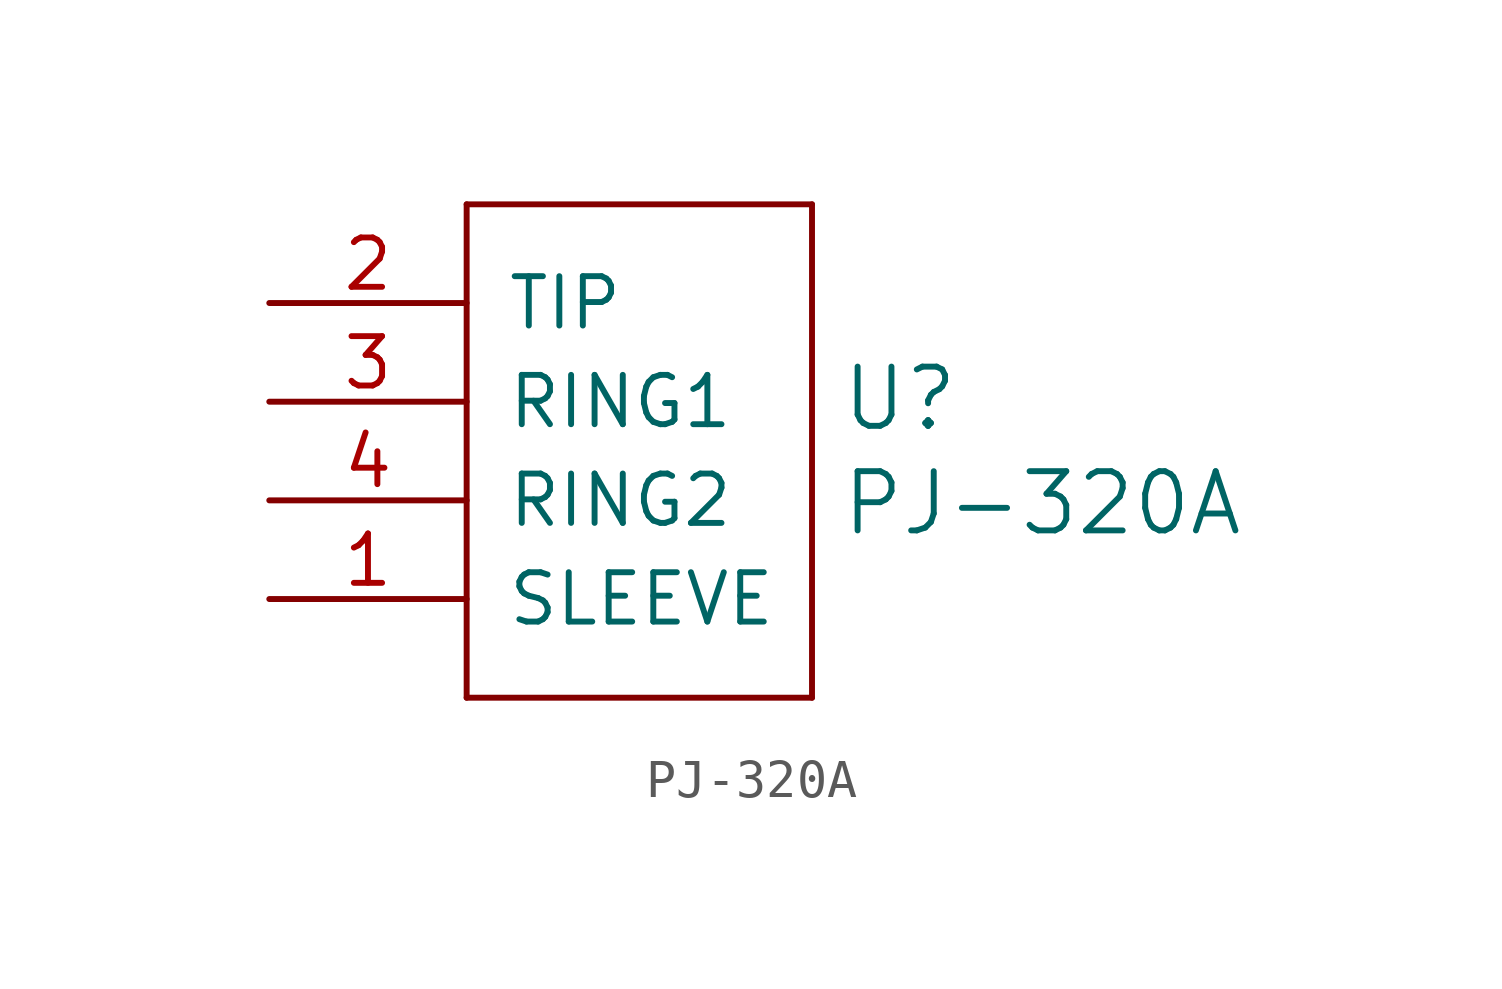
<source format=kicad_sym>
(kicad_symbol_lib
  (version 20220914)
  (generator kicad_symbol_editor)
  (symbol "PJ-320A"
    (pin_names
      (offset 1.016))
    (property "Reference" "U"
      (at 5.791 7.696 0)
      (effects (font (size 1.524 1.524)) (justify left)))
    (property "Value" "PJ-320A"
      (at 5.791 5.004 0)
      (effects (font (size 1.524 1.524)) (justify left)))
    (symbol "PJ-320A_0_1"
      (rectangle (start -3.81 0) (end -3.81 12.7) (stroke (width 0) (type solid)) (fill (type none)))
      (rectangle (start -3.81 12.7) (end 5.08 12.7) (stroke (width 0) (type solid)) (fill (type none)))
      (rectangle (start 5.08 0) (end -3.81 0) (stroke (width 0) (type solid)) (fill (type none)))
      (rectangle (start 5.08 12.7) (end 5.08 0) (stroke (width 0) (type solid)) (fill (type none))))
    (symbol "PJ-320A_1_1"
      (pin input line (at -8.89 2.54 0) (length 5.08) (name "SLEEVE" (effects (font (size 1.27 1.27)))) (number "1" (effects (font (size 1.27 1.27)))))
      (pin input line (at -8.89 10.16 0) (length 5.08) (name "TIP" (effects (font (size 1.27 1.27)))) (number "2" (effects (font (size 1.27 1.27)))))
      (pin input line (at -8.89 7.62 0) (length 5.08) (name "RING1" (effects (font (size 1.27 1.27)))) (number "3" (effects (font (size 1.27 1.27)))))
      (pin input line (at -8.89 5.08 0) (length 5.08) (name "RING2" (effects (font (size 1.27 1.27)))) (number "4" (effects (font (size 1.27 1.27))))))))
</source>
